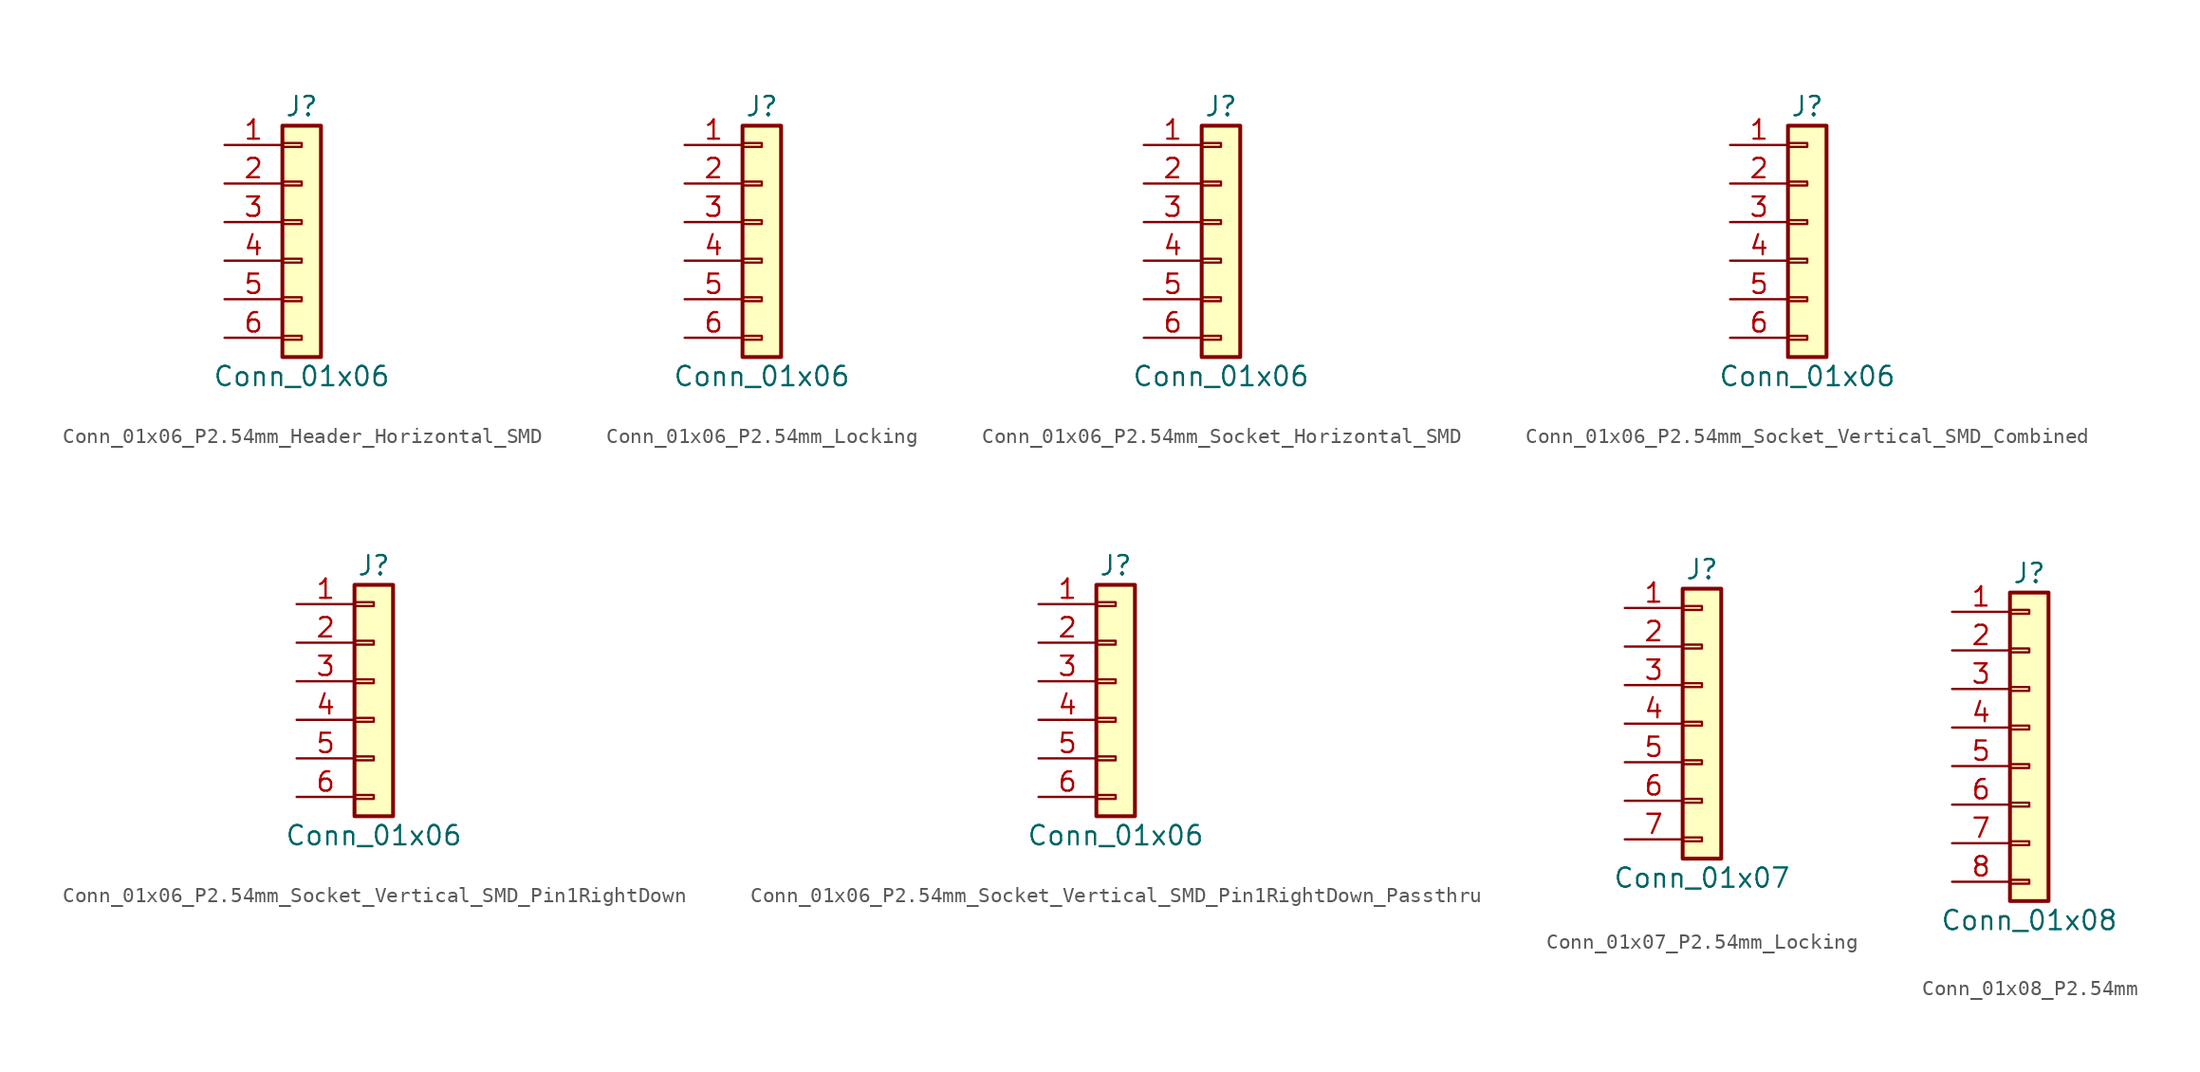
<source format=kicad_sym>
(kicad_symbol_lib
  (version 20241209)
  (generator "kicad_symbol_editor")
  (generator_version "9.0")
  (symbol "Conn_01x06_P2.54mm_Header_Horizontal_SMD"
    (pin_names
      (offset 1.016)
      (hide yes))
    (property "Reference" "J"
      (at 0 7.62 0)
      (effects (font (size 1.27 1.27))))
    (property "Value" "Conn_01x06"
      (at 0 -10.16 0)
      (effects (font (size 1.27 1.27))))
    (symbol "Conn_01x06_P2.54mm_Header_Horizontal_SMD_1_1"
      (rectangle (start -1.27 6.35) (end 1.27 -8.89) (stroke (width 0.254) (type default)) (fill (type background)))
      (rectangle (start -1.27 5.207) (end 0 4.953) (stroke (width 0.152) (type default)) (fill (type none)))
      (rectangle (start -1.27 2.667) (end 0 2.413) (stroke (width 0.152) (type default)) (fill (type none)))
      (rectangle (start -1.27 0.127) (end 0 -0.127) (stroke (width 0.152) (type default)) (fill (type none)))
      (rectangle (start -1.27 -2.413) (end 0 -2.667) (stroke (width 0.152) (type default)) (fill (type none)))
      (rectangle (start -1.27 -4.953) (end 0 -5.207) (stroke (width 0.152) (type default)) (fill (type none)))
      (rectangle (start -1.27 -7.493) (end 0 -7.747) (stroke (width 0.152) (type default)) (fill (type none)))
      (pin passive line (at -5.08 5.08 0) (length 3.81) (name "Pin_1" (effects (font (size 1.27 1.27)))) (number "1" (effects (font (size 1.27 1.27)))))
      (pin passive line (at -5.08 2.54 0) (length 3.81) (name "Pin_2" (effects (font (size 1.27 1.27)))) (number "2" (effects (font (size 1.27 1.27)))))
      (pin passive line (at -5.08 0 0) (length 3.81) (name "Pin_3" (effects (font (size 1.27 1.27)))) (number "3" (effects (font (size 1.27 1.27)))))
      (pin passive line (at -5.08 -2.54 0) (length 3.81) (name "Pin_4" (effects (font (size 1.27 1.27)))) (number "4" (effects (font (size 1.27 1.27)))))
      (pin passive line (at -5.08 -5.08 0) (length 3.81) (name "Pin_5" (effects (font (size 1.27 1.27)))) (number "5" (effects (font (size 1.27 1.27)))))
      (pin passive line (at -5.08 -7.62 0) (length 3.81) (name "Pin_6" (effects (font (size 1.27 1.27)))) (number "6" (effects (font (size 1.27 1.27)))))))
  (symbol "Conn_01x06_P2.54mm_Locking"
    (pin_names
      (offset 1.016)
      (hide yes))
    (property "Reference" "J"
      (at 0 7.62 0)
      (effects (font (size 1.27 1.27))))
    (property "Value" "Conn_01x06"
      (at 0 -10.16 0)
      (effects (font (size 1.27 1.27))))
    (symbol "Conn_01x06_P2.54mm_Locking_1_1"
      (rectangle (start -1.27 6.35) (end 1.27 -8.89) (stroke (width 0.254) (type default)) (fill (type background)))
      (rectangle (start -1.27 5.207) (end 0 4.953) (stroke (width 0.152) (type default)) (fill (type none)))
      (rectangle (start -1.27 2.667) (end 0 2.413) (stroke (width 0.152) (type default)) (fill (type none)))
      (rectangle (start -1.27 0.127) (end 0 -0.127) (stroke (width 0.152) (type default)) (fill (type none)))
      (rectangle (start -1.27 -2.413) (end 0 -2.667) (stroke (width 0.152) (type default)) (fill (type none)))
      (rectangle (start -1.27 -4.953) (end 0 -5.207) (stroke (width 0.152) (type default)) (fill (type none)))
      (rectangle (start -1.27 -7.493) (end 0 -7.747) (stroke (width 0.152) (type default)) (fill (type none)))
      (pin passive line (at -5.08 5.08 0) (length 3.81) (name "Pin_1" (effects (font (size 1.27 1.27)))) (number "1" (effects (font (size 1.27 1.27)))))
      (pin passive line (at -5.08 2.54 0) (length 3.81) (name "Pin_2" (effects (font (size 1.27 1.27)))) (number "2" (effects (font (size 1.27 1.27)))))
      (pin passive line (at -5.08 0 0) (length 3.81) (name "Pin_3" (effects (font (size 1.27 1.27)))) (number "3" (effects (font (size 1.27 1.27)))))
      (pin passive line (at -5.08 -2.54 0) (length 3.81) (name "Pin_4" (effects (font (size 1.27 1.27)))) (number "4" (effects (font (size 1.27 1.27)))))
      (pin passive line (at -5.08 -5.08 0) (length 3.81) (name "Pin_5" (effects (font (size 1.27 1.27)))) (number "5" (effects (font (size 1.27 1.27)))))
      (pin passive line (at -5.08 -7.62 0) (length 3.81) (name "Pin_6" (effects (font (size 1.27 1.27)))) (number "6" (effects (font (size 1.27 1.27)))))))
  (symbol "Conn_01x06_P2.54mm_Socket_Horizontal_SMD"
    (pin_names
      (offset 1.016)
      (hide yes))
    (property "Reference" "J"
      (at 0 7.62 0)
      (effects (font (size 1.27 1.27))))
    (property "Value" "Conn_01x06"
      (at 0 -10.16 0)
      (effects (font (size 1.27 1.27))))
    (symbol "Conn_01x06_P2.54mm_Socket_Horizontal_SMD_1_1"
      (rectangle (start -1.27 6.35) (end 1.27 -8.89) (stroke (width 0.254) (type default)) (fill (type background)))
      (rectangle (start -1.27 5.207) (end 0 4.953) (stroke (width 0.152) (type default)) (fill (type none)))
      (rectangle (start -1.27 2.667) (end 0 2.413) (stroke (width 0.152) (type default)) (fill (type none)))
      (rectangle (start -1.27 0.127) (end 0 -0.127) (stroke (width 0.152) (type default)) (fill (type none)))
      (rectangle (start -1.27 -2.413) (end 0 -2.667) (stroke (width 0.152) (type default)) (fill (type none)))
      (rectangle (start -1.27 -4.953) (end 0 -5.207) (stroke (width 0.152) (type default)) (fill (type none)))
      (rectangle (start -1.27 -7.493) (end 0 -7.747) (stroke (width 0.152) (type default)) (fill (type none)))
      (pin passive line (at -5.08 5.08 0) (length 3.81) (name "Pin_1" (effects (font (size 1.27 1.27)))) (number "1" (effects (font (size 1.27 1.27)))))
      (pin passive line (at -5.08 2.54 0) (length 3.81) (name "Pin_2" (effects (font (size 1.27 1.27)))) (number "2" (effects (font (size 1.27 1.27)))))
      (pin passive line (at -5.08 0 0) (length 3.81) (name "Pin_3" (effects (font (size 1.27 1.27)))) (number "3" (effects (font (size 1.27 1.27)))))
      (pin passive line (at -5.08 -2.54 0) (length 3.81) (name "Pin_4" (effects (font (size 1.27 1.27)))) (number "4" (effects (font (size 1.27 1.27)))))
      (pin passive line (at -5.08 -5.08 0) (length 3.81) (name "Pin_5" (effects (font (size 1.27 1.27)))) (number "5" (effects (font (size 1.27 1.27)))))
      (pin passive line (at -5.08 -7.62 0) (length 3.81) (name "Pin_6" (effects (font (size 1.27 1.27)))) (number "6" (effects (font (size 1.27 1.27)))))))
  (symbol "Conn_01x06_P2.54mm_Socket_Vertical_SMD_Combined"
    (pin_names
      (offset 1.016)
      (hide yes))
    (property "Reference" "J"
      (at 0 7.62 0)
      (effects (font (size 1.27 1.27))))
    (property "Value" "Conn_01x06"
      (at 0 -10.16 0)
      (effects (font (size 1.27 1.27))))
    (symbol "Conn_01x06_P2.54mm_Socket_Vertical_SMD_Combined_1_1"
      (rectangle (start -1.27 6.35) (end 1.27 -8.89) (stroke (width 0.254) (type default)) (fill (type background)))
      (rectangle (start -1.27 5.207) (end 0 4.953) (stroke (width 0.152) (type default)) (fill (type none)))
      (rectangle (start -1.27 2.667) (end 0 2.413) (stroke (width 0.152) (type default)) (fill (type none)))
      (rectangle (start -1.27 0.127) (end 0 -0.127) (stroke (width 0.152) (type default)) (fill (type none)))
      (rectangle (start -1.27 -2.413) (end 0 -2.667) (stroke (width 0.152) (type default)) (fill (type none)))
      (rectangle (start -1.27 -4.953) (end 0 -5.207) (stroke (width 0.152) (type default)) (fill (type none)))
      (rectangle (start -1.27 -7.493) (end 0 -7.747) (stroke (width 0.152) (type default)) (fill (type none)))
      (pin passive line (at -5.08 5.08 0) (length 3.81) (name "Pin_1" (effects (font (size 1.27 1.27)))) (number "1" (effects (font (size 1.27 1.27)))))
      (pin passive line (at -5.08 2.54 0) (length 3.81) (name "Pin_2" (effects (font (size 1.27 1.27)))) (number "2" (effects (font (size 1.27 1.27)))))
      (pin passive line (at -5.08 0 0) (length 3.81) (name "Pin_3" (effects (font (size 1.27 1.27)))) (number "3" (effects (font (size 1.27 1.27)))))
      (pin passive line (at -5.08 -2.54 0) (length 3.81) (name "Pin_4" (effects (font (size 1.27 1.27)))) (number "4" (effects (font (size 1.27 1.27)))))
      (pin passive line (at -5.08 -5.08 0) (length 3.81) (name "Pin_5" (effects (font (size 1.27 1.27)))) (number "5" (effects (font (size 1.27 1.27)))))
      (pin passive line (at -5.08 -7.62 0) (length 3.81) (name "Pin_6" (effects (font (size 1.27 1.27)))) (number "6" (effects (font (size 1.27 1.27)))))))
  (symbol "Conn_01x06_P2.54mm_Socket_Vertical_SMD_Pin1RightDown"
    (pin_names
      (offset 1.016)
      (hide yes))
    (property "Reference" "J"
      (at 0 7.62 0)
      (effects (font (size 1.27 1.27))))
    (property "Value" "Conn_01x06"
      (at 0 -10.16 0)
      (effects (font (size 1.27 1.27))))
    (symbol "Conn_01x06_P2.54mm_Socket_Vertical_SMD_Pin1RightDown_1_1"
      (rectangle (start -1.27 6.35) (end 1.27 -8.89) (stroke (width 0.254) (type default)) (fill (type background)))
      (rectangle (start -1.27 5.207) (end 0 4.953) (stroke (width 0.152) (type default)) (fill (type none)))
      (rectangle (start -1.27 2.667) (end 0 2.413) (stroke (width 0.152) (type default)) (fill (type none)))
      (rectangle (start -1.27 0.127) (end 0 -0.127) (stroke (width 0.152) (type default)) (fill (type none)))
      (rectangle (start -1.27 -2.413) (end 0 -2.667) (stroke (width 0.152) (type default)) (fill (type none)))
      (rectangle (start -1.27 -4.953) (end 0 -5.207) (stroke (width 0.152) (type default)) (fill (type none)))
      (rectangle (start -1.27 -7.493) (end 0 -7.747) (stroke (width 0.152) (type default)) (fill (type none)))
      (pin passive line (at -5.08 5.08 0) (length 3.81) (name "Pin_1" (effects (font (size 1.27 1.27)))) (number "1" (effects (font (size 1.27 1.27)))))
      (pin passive line (at -5.08 2.54 0) (length 3.81) (name "Pin_2" (effects (font (size 1.27 1.27)))) (number "2" (effects (font (size 1.27 1.27)))))
      (pin passive line (at -5.08 0 0) (length 3.81) (name "Pin_3" (effects (font (size 1.27 1.27)))) (number "3" (effects (font (size 1.27 1.27)))))
      (pin passive line (at -5.08 -2.54 0) (length 3.81) (name "Pin_4" (effects (font (size 1.27 1.27)))) (number "4" (effects (font (size 1.27 1.27)))))
      (pin passive line (at -5.08 -5.08 0) (length 3.81) (name "Pin_5" (effects (font (size 1.27 1.27)))) (number "5" (effects (font (size 1.27 1.27)))))
      (pin passive line (at -5.08 -7.62 0) (length 3.81) (name "Pin_6" (effects (font (size 1.27 1.27)))) (number "6" (effects (font (size 1.27 1.27)))))))
  (symbol "Conn_01x06_P2.54mm_Socket_Vertical_SMD_Pin1RightDown_Passthru"
    (pin_names
      (offset 1.016)
      (hide yes))
    (property "Reference" "J"
      (at 0 7.62 0)
      (effects (font (size 1.27 1.27))))
    (property "Value" "Conn_01x06"
      (at 0 -10.16 0)
      (effects (font (size 1.27 1.27))))
    (symbol "Conn_01x06_P2.54mm_Socket_Vertical_SMD_Pin1RightDown_Passthru_1_1"
      (rectangle (start -1.27 6.35) (end 1.27 -8.89) (stroke (width 0.254) (type default)) (fill (type background)))
      (rectangle (start -1.27 5.207) (end 0 4.953) (stroke (width 0.152) (type default)) (fill (type none)))
      (rectangle (start -1.27 2.667) (end 0 2.413) (stroke (width 0.152) (type default)) (fill (type none)))
      (rectangle (start -1.27 0.127) (end 0 -0.127) (stroke (width 0.152) (type default)) (fill (type none)))
      (rectangle (start -1.27 -2.413) (end 0 -2.667) (stroke (width 0.152) (type default)) (fill (type none)))
      (rectangle (start -1.27 -4.953) (end 0 -5.207) (stroke (width 0.152) (type default)) (fill (type none)))
      (rectangle (start -1.27 -7.493) (end 0 -7.747) (stroke (width 0.152) (type default)) (fill (type none)))
      (pin passive line (at -5.08 5.08 0) (length 3.81) (name "Pin_1" (effects (font (size 1.27 1.27)))) (number "1" (effects (font (size 1.27 1.27)))))
      (pin passive line (at -5.08 2.54 0) (length 3.81) (name "Pin_2" (effects (font (size 1.27 1.27)))) (number "2" (effects (font (size 1.27 1.27)))))
      (pin passive line (at -5.08 0 0) (length 3.81) (name "Pin_3" (effects (font (size 1.27 1.27)))) (number "3" (effects (font (size 1.27 1.27)))))
      (pin passive line (at -5.08 -2.54 0) (length 3.81) (name "Pin_4" (effects (font (size 1.27 1.27)))) (number "4" (effects (font (size 1.27 1.27)))))
      (pin passive line (at -5.08 -5.08 0) (length 3.81) (name "Pin_5" (effects (font (size 1.27 1.27)))) (number "5" (effects (font (size 1.27 1.27)))))
      (pin passive line (at -5.08 -7.62 0) (length 3.81) (name "Pin_6" (effects (font (size 1.27 1.27)))) (number "6" (effects (font (size 1.27 1.27)))))))
  (symbol "Conn_01x07_P2.54mm_Locking"
    (pin_names
      (offset 1.016)
      (hide yes))
    (property "Reference" "J"
      (at 0 10.16 0)
      (effects (font (size 1.27 1.27))))
    (property "Value" "Conn_01x07"
      (at 0 -10.16 0)
      (effects (font (size 1.27 1.27))))
    (symbol "Conn_01x07_P2.54mm_Locking_1_1"
      (rectangle (start -1.27 8.89) (end 1.27 -8.89) (stroke (width 0.254) (type default)) (fill (type background)))
      (rectangle (start -1.27 7.747) (end 0 7.493) (stroke (width 0.152) (type default)) (fill (type none)))
      (rectangle (start -1.27 5.207) (end 0 4.953) (stroke (width 0.152) (type default)) (fill (type none)))
      (rectangle (start -1.27 2.667) (end 0 2.413) (stroke (width 0.152) (type default)) (fill (type none)))
      (rectangle (start -1.27 0.127) (end 0 -0.127) (stroke (width 0.152) (type default)) (fill (type none)))
      (rectangle (start -1.27 -2.413) (end 0 -2.667) (stroke (width 0.152) (type default)) (fill (type none)))
      (rectangle (start -1.27 -4.953) (end 0 -5.207) (stroke (width 0.152) (type default)) (fill (type none)))
      (rectangle (start -1.27 -7.493) (end 0 -7.747) (stroke (width 0.152) (type default)) (fill (type none)))
      (pin passive line (at -5.08 7.62 0) (length 3.81) (name "Pin_1" (effects (font (size 1.27 1.27)))) (number "1" (effects (font (size 1.27 1.27)))))
      (pin passive line (at -5.08 5.08 0) (length 3.81) (name "Pin_2" (effects (font (size 1.27 1.27)))) (number "2" (effects (font (size 1.27 1.27)))))
      (pin passive line (at -5.08 2.54 0) (length 3.81) (name "Pin_3" (effects (font (size 1.27 1.27)))) (number "3" (effects (font (size 1.27 1.27)))))
      (pin passive line (at -5.08 0 0) (length 3.81) (name "Pin_4" (effects (font (size 1.27 1.27)))) (number "4" (effects (font (size 1.27 1.27)))))
      (pin passive line (at -5.08 -2.54 0) (length 3.81) (name "Pin_5" (effects (font (size 1.27 1.27)))) (number "5" (effects (font (size 1.27 1.27)))))
      (pin passive line (at -5.08 -5.08 0) (length 3.81) (name "Pin_6" (effects (font (size 1.27 1.27)))) (number "6" (effects (font (size 1.27 1.27)))))
      (pin passive line (at -5.08 -7.62 0) (length 3.81) (name "Pin_7" (effects (font (size 1.27 1.27)))) (number "7" (effects (font (size 1.27 1.27)))))))
  (symbol "Conn_01x08_P2.54mm"
    (pin_names
      (offset 1.016)
      (hide yes))
    (property "Reference" "J"
      (at 0 10.16 0)
      (effects (font (size 1.27 1.27))))
    (property "Value" "Conn_01x08"
      (at 0 -12.7 0)
      (effects (font (size 1.27 1.27))))
    (symbol "Conn_01x08_P2.54mm_1_1"
      (rectangle (start -1.27 8.89) (end 1.27 -11.43) (stroke (width 0.254) (type default)) (fill (type background)))
      (rectangle (start -1.27 7.747) (end 0 7.493) (stroke (width 0.152) (type default)) (fill (type none)))
      (rectangle (start -1.27 5.207) (end 0 4.953) (stroke (width 0.152) (type default)) (fill (type none)))
      (rectangle (start -1.27 2.667) (end 0 2.413) (stroke (width 0.152) (type default)) (fill (type none)))
      (rectangle (start -1.27 0.127) (end 0 -0.127) (stroke (width 0.152) (type default)) (fill (type none)))
      (rectangle (start -1.27 -2.413) (end 0 -2.667) (stroke (width 0.152) (type default)) (fill (type none)))
      (rectangle (start -1.27 -4.953) (end 0 -5.207) (stroke (width 0.152) (type default)) (fill (type none)))
      (rectangle (start -1.27 -7.493) (end 0 -7.747) (stroke (width 0.152) (type default)) (fill (type none)))
      (rectangle (start -1.27 -10.033) (end 0 -10.287) (stroke (width 0.152) (type default)) (fill (type none)))
      (pin passive line (at -5.08 7.62 0) (length 3.81) (name "Pin_1" (effects (font (size 1.27 1.27)))) (number "1" (effects (font (size 1.27 1.27)))))
      (pin passive line (at -5.08 5.08 0) (length 3.81) (name "Pin_2" (effects (font (size 1.27 1.27)))) (number "2" (effects (font (size 1.27 1.27)))))
      (pin passive line (at -5.08 2.54 0) (length 3.81) (name "Pin_3" (effects (font (size 1.27 1.27)))) (number "3" (effects (font (size 1.27 1.27)))))
      (pin passive line (at -5.08 0 0) (length 3.81) (name "Pin_4" (effects (font (size 1.27 1.27)))) (number "4" (effects (font (size 1.27 1.27)))))
      (pin passive line (at -5.08 -2.54 0) (length 3.81) (name "Pin_5" (effects (font (size 1.27 1.27)))) (number "5" (effects (font (size 1.27 1.27)))))
      (pin passive line (at -5.08 -5.08 0) (length 3.81) (name "Pin_6" (effects (font (size 1.27 1.27)))) (number "6" (effects (font (size 1.27 1.27)))))
      (pin passive line (at -5.08 -7.62 0) (length 3.81) (name "Pin_7" (effects (font (size 1.27 1.27)))) (number "7" (effects (font (size 1.27 1.27)))))
      (pin passive line (at -5.08 -10.16 0) (length 3.81) (name "Pin_8" (effects (font (size 1.27 1.27)))) (number "8" (effects (font (size 1.27 1.27))))))))
</source>
